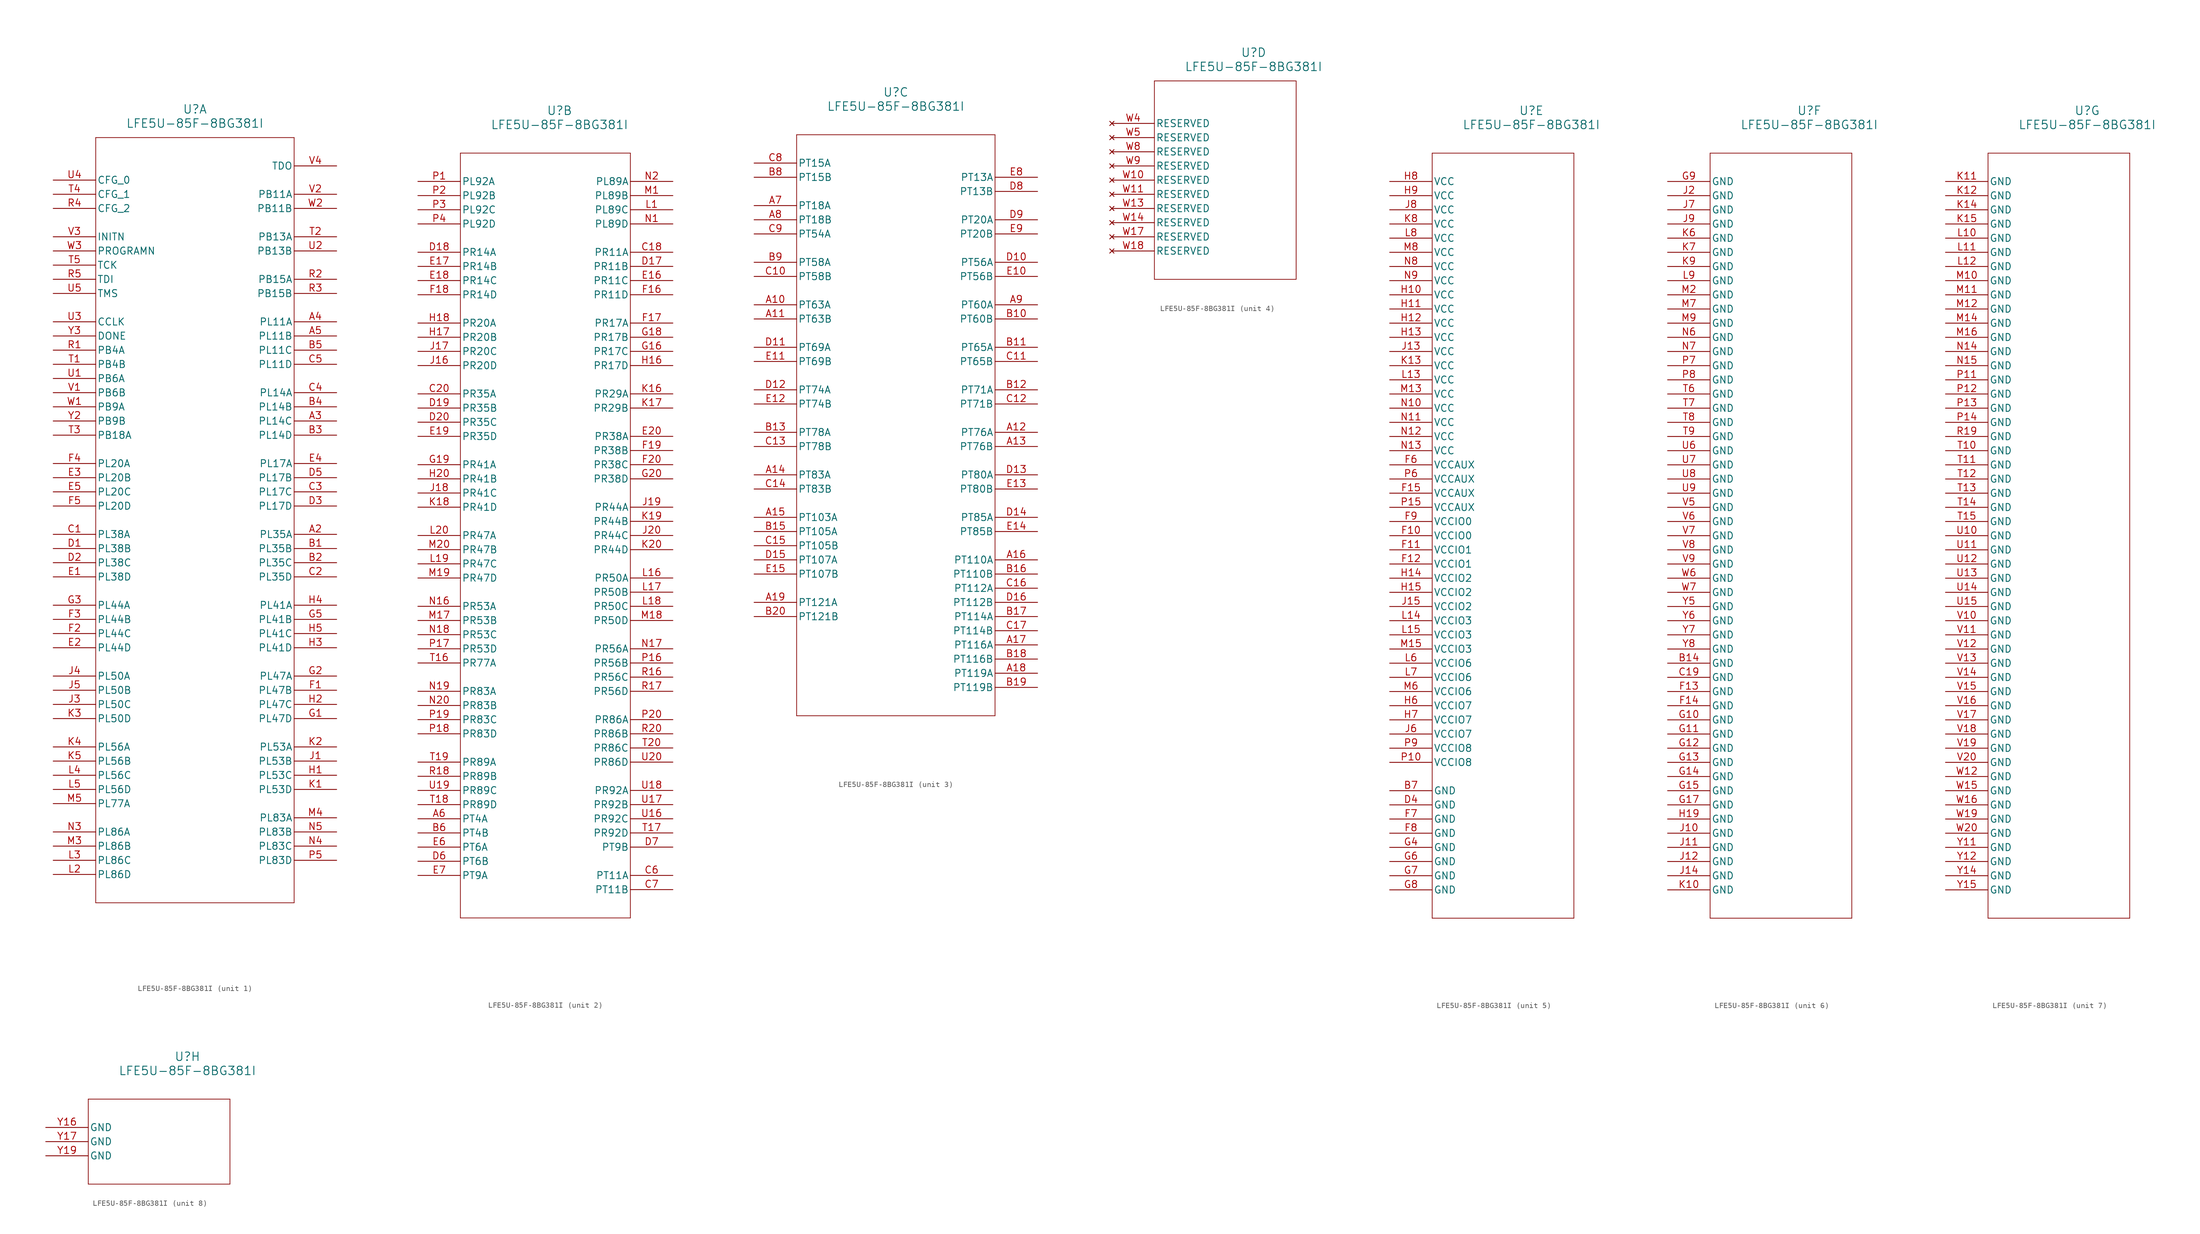
<source format=kicad_sym>
(kicad_symbol_lib
  (version 20211014)
  (generator kicad_symbol_editor)
  (symbol "LFE5U-85F-8BG381I"
    (pin_names
      (offset 0.254))
    (property "Reference" "U"
      (at 25.4 12.7 0)
      (effects (font (size 1.524 1.524))))
    (property "Value" "LFE5U-85F-8BG381I"
      (at 25.4 10.16 0)
      (effects (font (size 1.524 1.524))))
    (symbol "LFE5U-85F-8BG381I_1_1"
      (polyline (pts (xy 7.62 7.62) (xy 7.62 -129.54)) (stroke (width 0.127) (type default) (color 0 0 0 0)) (fill (type none)))
      (polyline (pts (xy 7.62 -129.54) (xy 43.18 -129.54)) (stroke (width 0.127) (type default) (color 0 0 0 0)) (fill (type none)))
      (polyline (pts (xy 43.18 -129.54) (xy 43.18 7.62)) (stroke (width 0.127) (type default) (color 0 0 0 0)) (fill (type none)))
      (polyline (pts (xy 43.18 7.62) (xy 7.62 7.62)) (stroke (width 0.127) (type default) (color 0 0 0 0)) (fill (type none)))
      (pin bidirectional line (at 50.8 -63.5 180) (length 7.62) (name "PL35A" (effects (font (size 1.27 1.27)))) (number "A2" (effects (font (size 1.27 1.27)))))
      (pin bidirectional line (at 50.8 -43.18 180) (length 7.62) (name "PL14C" (effects (font (size 1.27 1.27)))) (number "A3" (effects (font (size 1.27 1.27)))))
      (pin bidirectional line (at 50.8 -25.4 180) (length 7.62) (name "PL11A" (effects (font (size 1.27 1.27)))) (number "A4" (effects (font (size 1.27 1.27)))))
      (pin bidirectional line (at 50.8 -27.94 180) (length 7.62) (name "PL11B" (effects (font (size 1.27 1.27)))) (number "A5" (effects (font (size 1.27 1.27)))))
      (pin bidirectional line (at 50.8 -66.04 180) (length 7.62) (name "PL35B" (effects (font (size 1.27 1.27)))) (number "B1" (effects (font (size 1.27 1.27)))))
      (pin bidirectional line (at 50.8 -68.58 180) (length 7.62) (name "PL35C" (effects (font (size 1.27 1.27)))) (number "B2" (effects (font (size 1.27 1.27)))))
      (pin bidirectional line (at 50.8 -45.72 180) (length 7.62) (name "PL14D" (effects (font (size 1.27 1.27)))) (number "B3" (effects (font (size 1.27 1.27)))))
      (pin bidirectional line (at 50.8 -40.64 180) (length 7.62) (name "PL14B" (effects (font (size 1.27 1.27)))) (number "B4" (effects (font (size 1.27 1.27)))))
      (pin bidirectional line (at 50.8 -30.48 180) (length 7.62) (name "PL11C" (effects (font (size 1.27 1.27)))) (number "B5" (effects (font (size 1.27 1.27)))))
      (pin bidirectional line (at 0 -63.5 0) (length 7.62) (name "PL38A" (effects (font (size 1.27 1.27)))) (number "C1" (effects (font (size 1.27 1.27)))))
      (pin bidirectional line (at 50.8 -71.12 180) (length 7.62) (name "PL35D" (effects (font (size 1.27 1.27)))) (number "C2" (effects (font (size 1.27 1.27)))))
      (pin bidirectional line (at 50.8 -55.88 180) (length 7.62) (name "PL17C" (effects (font (size 1.27 1.27)))) (number "C3" (effects (font (size 1.27 1.27)))))
      (pin bidirectional line (at 50.8 -38.1 180) (length 7.62) (name "PL14A" (effects (font (size 1.27 1.27)))) (number "C4" (effects (font (size 1.27 1.27)))))
      (pin bidirectional line (at 50.8 -33.02 180) (length 7.62) (name "PL11D" (effects (font (size 1.27 1.27)))) (number "C5" (effects (font (size 1.27 1.27)))))
      (pin bidirectional line (at 0 -66.04 0) (length 7.62) (name "PL38B" (effects (font (size 1.27 1.27)))) (number "D1" (effects (font (size 1.27 1.27)))))
      (pin bidirectional line (at 0 -68.58 0) (length 7.62) (name "PL38C" (effects (font (size 1.27 1.27)))) (number "D2" (effects (font (size 1.27 1.27)))))
      (pin bidirectional line (at 50.8 -58.42 180) (length 7.62) (name "PL17D" (effects (font (size 1.27 1.27)))) (number "D3" (effects (font (size 1.27 1.27)))))
      (pin bidirectional line (at 50.8 -53.34 180) (length 7.62) (name "PL17B" (effects (font (size 1.27 1.27)))) (number "D5" (effects (font (size 1.27 1.27)))))
      (pin bidirectional line (at 0 -71.12 0) (length 7.62) (name "PL38D" (effects (font (size 1.27 1.27)))) (number "E1" (effects (font (size 1.27 1.27)))))
      (pin bidirectional line (at 0 -83.82 0) (length 7.62) (name "PL44D" (effects (font (size 1.27 1.27)))) (number "E2" (effects (font (size 1.27 1.27)))))
      (pin bidirectional line (at 0 -53.34 0) (length 7.62) (name "PL20B" (effects (font (size 1.27 1.27)))) (number "E3" (effects (font (size 1.27 1.27)))))
      (pin bidirectional line (at 50.8 -50.8 180) (length 7.62) (name "PL17A" (effects (font (size 1.27 1.27)))) (number "E4" (effects (font (size 1.27 1.27)))))
      (pin bidirectional line (at 0 -55.88 0) (length 7.62) (name "PL20C" (effects (font (size 1.27 1.27)))) (number "E5" (effects (font (size 1.27 1.27)))))
      (pin bidirectional line (at 50.8 -91.44 180) (length 7.62) (name "PL47B" (effects (font (size 1.27 1.27)))) (number "F1" (effects (font (size 1.27 1.27)))))
      (pin bidirectional line (at 0 -81.28 0) (length 7.62) (name "PL44C" (effects (font (size 1.27 1.27)))) (number "F2" (effects (font (size 1.27 1.27)))))
      (pin bidirectional line (at 0 -78.74 0) (length 7.62) (name "PL44B" (effects (font (size 1.27 1.27)))) (number "F3" (effects (font (size 1.27 1.27)))))
      (pin bidirectional line (at 0 -50.8 0) (length 7.62) (name "PL20A" (effects (font (size 1.27 1.27)))) (number "F4" (effects (font (size 1.27 1.27)))))
      (pin bidirectional line (at 0 -58.42 0) (length 7.62) (name "PL20D" (effects (font (size 1.27 1.27)))) (number "F5" (effects (font (size 1.27 1.27)))))
      (pin bidirectional line (at 50.8 -96.52 180) (length 7.62) (name "PL47D" (effects (font (size 1.27 1.27)))) (number "G1" (effects (font (size 1.27 1.27)))))
      (pin bidirectional line (at 50.8 -88.9 180) (length 7.62) (name "PL47A" (effects (font (size 1.27 1.27)))) (number "G2" (effects (font (size 1.27 1.27)))))
      (pin bidirectional line (at 0 -76.2 0) (length 7.62) (name "PL44A" (effects (font (size 1.27 1.27)))) (number "G3" (effects (font (size 1.27 1.27)))))
      (pin bidirectional line (at 50.8 -78.74 180) (length 7.62) (name "PL41B" (effects (font (size 1.27 1.27)))) (number "G5" (effects (font (size 1.27 1.27)))))
      (pin bidirectional line (at 50.8 -106.68 180) (length 7.62) (name "PL53C" (effects (font (size 1.27 1.27)))) (number "H1" (effects (font (size 1.27 1.27)))))
      (pin bidirectional line (at 50.8 -93.98 180) (length 7.62) (name "PL47C" (effects (font (size 1.27 1.27)))) (number "H2" (effects (font (size 1.27 1.27)))))
      (pin bidirectional line (at 50.8 -83.82 180) (length 7.62) (name "PL41D" (effects (font (size 1.27 1.27)))) (number "H3" (effects (font (size 1.27 1.27)))))
      (pin bidirectional line (at 50.8 -76.2 180) (length 7.62) (name "PL41A" (effects (font (size 1.27 1.27)))) (number "H4" (effects (font (size 1.27 1.27)))))
      (pin bidirectional line (at 50.8 -81.28 180) (length 7.62) (name "PL41C" (effects (font (size 1.27 1.27)))) (number "H5" (effects (font (size 1.27 1.27)))))
      (pin bidirectional line (at 50.8 -104.14 180) (length 7.62) (name "PL53B" (effects (font (size 1.27 1.27)))) (number "J1" (effects (font (size 1.27 1.27)))))
      (pin bidirectional line (at 0 -93.98 0) (length 7.62) (name "PL50C" (effects (font (size 1.27 1.27)))) (number "J3" (effects (font (size 1.27 1.27)))))
      (pin bidirectional line (at 0 -88.9 0) (length 7.62) (name "PL50A" (effects (font (size 1.27 1.27)))) (number "J4" (effects (font (size 1.27 1.27)))))
      (pin bidirectional line (at 0 -91.44 0) (length 7.62) (name "PL50B" (effects (font (size 1.27 1.27)))) (number "J5" (effects (font (size 1.27 1.27)))))
      (pin bidirectional line (at 50.8 -109.22 180) (length 7.62) (name "PL53D" (effects (font (size 1.27 1.27)))) (number "K1" (effects (font (size 1.27 1.27)))))
      (pin bidirectional line (at 50.8 -101.6 180) (length 7.62) (name "PL53A" (effects (font (size 1.27 1.27)))) (number "K2" (effects (font (size 1.27 1.27)))))
      (pin bidirectional line (at 0 -96.52 0) (length 7.62) (name "PL50D" (effects (font (size 1.27 1.27)))) (number "K3" (effects (font (size 1.27 1.27)))))
      (pin bidirectional line (at 0 -101.6 0) (length 7.62) (name "PL56A" (effects (font (size 1.27 1.27)))) (number "K4" (effects (font (size 1.27 1.27)))))
      (pin bidirectional line (at 0 -104.14 0) (length 7.62) (name "PL56B" (effects (font (size 1.27 1.27)))) (number "K5" (effects (font (size 1.27 1.27)))))
      (pin bidirectional line (at 0 -124.46 0) (length 7.62) (name "PL86D" (effects (font (size 1.27 1.27)))) (number "L2" (effects (font (size 1.27 1.27)))))
      (pin bidirectional line (at 0 -121.92 0) (length 7.62) (name "PL86C" (effects (font (size 1.27 1.27)))) (number "L3" (effects (font (size 1.27 1.27)))))
      (pin bidirectional line (at 0 -106.68 0) (length 7.62) (name "PL56C" (effects (font (size 1.27 1.27)))) (number "L4" (effects (font (size 1.27 1.27)))))
      (pin bidirectional line (at 0 -109.22 0) (length 7.62) (name "PL56D" (effects (font (size 1.27 1.27)))) (number "L5" (effects (font (size 1.27 1.27)))))
      (pin bidirectional line (at 0 -119.38 0) (length 7.62) (name "PL86B" (effects (font (size 1.27 1.27)))) (number "M3" (effects (font (size 1.27 1.27)))))
      (pin bidirectional line (at 50.8 -114.3 180) (length 7.62) (name "PL83A" (effects (font (size 1.27 1.27)))) (number "M4" (effects (font (size 1.27 1.27)))))
      (pin bidirectional line (at 0 -111.76 0) (length 7.62) (name "PL77A" (effects (font (size 1.27 1.27)))) (number "M5" (effects (font (size 1.27 1.27)))))
      (pin bidirectional line (at 0 -116.84 0) (length 7.62) (name "PL86A" (effects (font (size 1.27 1.27)))) (number "N3" (effects (font (size 1.27 1.27)))))
      (pin bidirectional line (at 50.8 -119.38 180) (length 7.62) (name "PL83C" (effects (font (size 1.27 1.27)))) (number "N4" (effects (font (size 1.27 1.27)))))
      (pin bidirectional line (at 50.8 -116.84 180) (length 7.62) (name "PL83B" (effects (font (size 1.27 1.27)))) (number "N5" (effects (font (size 1.27 1.27)))))
      (pin bidirectional line (at 50.8 -121.92 180) (length 7.62) (name "PL83D" (effects (font (size 1.27 1.27)))) (number "P5" (effects (font (size 1.27 1.27)))))
      (pin bidirectional line (at 0 -30.48 0) (length 7.62) (name "PB4A" (effects (font (size 1.27 1.27)))) (number "R1" (effects (font (size 1.27 1.27)))))
      (pin bidirectional line (at 50.8 -17.78 180) (length 7.62) (name "PB15A" (effects (font (size 1.27 1.27)))) (number "R2" (effects (font (size 1.27 1.27)))))
      (pin bidirectional line (at 50.8 -20.32 180) (length 7.62) (name "PB15B" (effects (font (size 1.27 1.27)))) (number "R3" (effects (font (size 1.27 1.27)))))
      (pin input line (at 0 -5.08 0) (length 7.62) (name "CFG_2" (effects (font (size 1.27 1.27)))) (number "R4" (effects (font (size 1.27 1.27)))))
      (pin input line (at 0 -17.78 0) (length 7.62) (name "TDI" (effects (font (size 1.27 1.27)))) (number "R5" (effects (font (size 1.27 1.27)))))
      (pin bidirectional line (at 0 -33.02 0) (length 7.62) (name "PB4B" (effects (font (size 1.27 1.27)))) (number "T1" (effects (font (size 1.27 1.27)))))
      (pin bidirectional line (at 50.8 -10.16 180) (length 7.62) (name "PB13A" (effects (font (size 1.27 1.27)))) (number "T2" (effects (font (size 1.27 1.27)))))
      (pin bidirectional line (at 0 -45.72 0) (length 7.62) (name "PB18A" (effects (font (size 1.27 1.27)))) (number "T3" (effects (font (size 1.27 1.27)))))
      (pin input line (at 0 -2.54 0) (length 7.62) (name "CFG_1" (effects (font (size 1.27 1.27)))) (number "T4" (effects (font (size 1.27 1.27)))))
      (pin input line (at 0 -15.24 0) (length 7.62) (name "TCK" (effects (font (size 1.27 1.27)))) (number "T5" (effects (font (size 1.27 1.27)))))
      (pin bidirectional line (at 0 -35.56 0) (length 7.62) (name "PB6A" (effects (font (size 1.27 1.27)))) (number "U1" (effects (font (size 1.27 1.27)))))
      (pin bidirectional line (at 50.8 -12.7 180) (length 7.62) (name "PB13B" (effects (font (size 1.27 1.27)))) (number "U2" (effects (font (size 1.27 1.27)))))
      (pin bidirectional line (at 0 -25.4 0) (length 7.62) (name "CCLK" (effects (font (size 1.27 1.27)))) (number "U3" (effects (font (size 1.27 1.27)))))
      (pin input line (at 0 0 0) (length 7.62) (name "CFG_0" (effects (font (size 1.27 1.27)))) (number "U4" (effects (font (size 1.27 1.27)))))
      (pin input line (at 0 -20.32 0) (length 7.62) (name "TMS" (effects (font (size 1.27 1.27)))) (number "U5" (effects (font (size 1.27 1.27)))))
      (pin bidirectional line (at 0 -38.1 0) (length 7.62) (name "PB6B" (effects (font (size 1.27 1.27)))) (number "V1" (effects (font (size 1.27 1.27)))))
      (pin bidirectional line (at 50.8 -2.54 180) (length 7.62) (name "PB11A" (effects (font (size 1.27 1.27)))) (number "V2" (effects (font (size 1.27 1.27)))))
      (pin bidirectional line (at 0 -10.16 0) (length 7.62) (name "INITN" (effects (font (size 1.27 1.27)))) (number "V3" (effects (font (size 1.27 1.27)))))
      (pin output line (at 50.8 2.54 180) (length 7.62) (name "TDO" (effects (font (size 1.27 1.27)))) (number "V4" (effects (font (size 1.27 1.27)))))
      (pin bidirectional line (at 0 -40.64 0) (length 7.62) (name "PB9A" (effects (font (size 1.27 1.27)))) (number "W1" (effects (font (size 1.27 1.27)))))
      (pin bidirectional line (at 50.8 -5.08 180) (length 7.62) (name "PB11B" (effects (font (size 1.27 1.27)))) (number "W2" (effects (font (size 1.27 1.27)))))
      (pin input line (at 0 -12.7 0) (length 7.62) (name "PROGRAMN" (effects (font (size 1.27 1.27)))) (number "W3" (effects (font (size 1.27 1.27)))))
      (pin bidirectional line (at 0 -43.18 0) (length 7.62) (name "PB9B" (effects (font (size 1.27 1.27)))) (number "Y2" (effects (font (size 1.27 1.27)))))
      (pin bidirectional line (at 0 -27.94 0) (length 7.62) (name "DONE" (effects (font (size 1.27 1.27)))) (number "Y3" (effects (font (size 1.27 1.27))))))
    (symbol "LFE5U-85F-8BG381I_2_1"
      (polyline (pts (xy 7.62 5.08) (xy 7.62 -132.08)) (stroke (width 0.127) (type default) (color 0 0 0 0)) (fill (type none)))
      (polyline (pts (xy 7.62 -132.08) (xy 38.1 -132.08)) (stroke (width 0.127) (type default) (color 0 0 0 0)) (fill (type none)))
      (polyline (pts (xy 38.1 -132.08) (xy 38.1 5.08)) (stroke (width 0.127) (type default) (color 0 0 0 0)) (fill (type none)))
      (polyline (pts (xy 38.1 5.08) (xy 7.62 5.08)) (stroke (width 0.127) (type default) (color 0 0 0 0)) (fill (type none)))
      (pin bidirectional line (at 0 -114.3 0) (length 7.62) (name "PT4A" (effects (font (size 1.27 1.27)))) (number "A6" (effects (font (size 1.27 1.27)))))
      (pin bidirectional line (at 0 -116.84 0) (length 7.62) (name "PT4B" (effects (font (size 1.27 1.27)))) (number "B6" (effects (font (size 1.27 1.27)))))
      (pin bidirectional line (at 45.72 -124.46 180) (length 7.62) (name "PT11A" (effects (font (size 1.27 1.27)))) (number "C6" (effects (font (size 1.27 1.27)))))
      (pin bidirectional line (at 45.72 -127 180) (length 7.62) (name "PT11B" (effects (font (size 1.27 1.27)))) (number "C7" (effects (font (size 1.27 1.27)))))
      (pin bidirectional line (at 0 -121.92 0) (length 7.62) (name "PT6B" (effects (font (size 1.27 1.27)))) (number "D6" (effects (font (size 1.27 1.27)))))
      (pin bidirectional line (at 45.72 -119.38 180) (length 7.62) (name "PT9B" (effects (font (size 1.27 1.27)))) (number "D7" (effects (font (size 1.27 1.27)))))
      (pin bidirectional line (at 0 -119.38 0) (length 7.62) (name "PT6A" (effects (font (size 1.27 1.27)))) (number "E6" (effects (font (size 1.27 1.27)))))
      (pin bidirectional line (at 0 -124.46 0) (length 7.62) (name "PT9A" (effects (font (size 1.27 1.27)))) (number "E7" (effects (font (size 1.27 1.27)))))
      (pin bidirectional line (at 45.72 -5.08 180) (length 7.62) (name "PL89C" (effects (font (size 1.27 1.27)))) (number "L1" (effects (font (size 1.27 1.27)))))
      (pin bidirectional line (at 45.72 -2.54 180) (length 7.62) (name "PL89B" (effects (font (size 1.27 1.27)))) (number "M1" (effects (font (size 1.27 1.27)))))
      (pin bidirectional line (at 45.72 -7.62 180) (length 7.62) (name "PL89D" (effects (font (size 1.27 1.27)))) (number "N1" (effects (font (size 1.27 1.27)))))
      (pin bidirectional line (at 45.72 0 180) (length 7.62) (name "PL89A" (effects (font (size 1.27 1.27)))) (number "N2" (effects (font (size 1.27 1.27)))))
      (pin bidirectional line (at 0 0 0) (length 7.62) (name "PL92A" (effects (font (size 1.27 1.27)))) (number "P1" (effects (font (size 1.27 1.27)))))
      (pin bidirectional line (at 0 -2.54 0) (length 7.62) (name "PL92B" (effects (font (size 1.27 1.27)))) (number "P2" (effects (font (size 1.27 1.27)))))
      (pin bidirectional line (at 0 -5.08 0) (length 7.62) (name "PL92C" (effects (font (size 1.27 1.27)))) (number "P3" (effects (font (size 1.27 1.27)))))
      (pin bidirectional line (at 0 -7.62 0) (length 7.62) (name "PL92D" (effects (font (size 1.27 1.27)))) (number "P4" (effects (font (size 1.27 1.27)))))
      (pin bidirectional line (at 45.72 -12.7 180) (length 7.62) (name "PR11A" (effects (font (size 1.27 1.27)))) (number "C18" (effects (font (size 1.27 1.27)))))
      (pin bidirectional line (at 0 -38.1 0) (length 7.62) (name "PR35A" (effects (font (size 1.27 1.27)))) (number "C20" (effects (font (size 1.27 1.27)))))
      (pin bidirectional line (at 45.72 -15.24 180) (length 7.62) (name "PR11B" (effects (font (size 1.27 1.27)))) (number "D17" (effects (font (size 1.27 1.27)))))
      (pin bidirectional line (at 0 -12.7 0) (length 7.62) (name "PR14A" (effects (font (size 1.27 1.27)))) (number "D18" (effects (font (size 1.27 1.27)))))
      (pin bidirectional line (at 0 -40.64 0) (length 7.62) (name "PR35B" (effects (font (size 1.27 1.27)))) (number "D19" (effects (font (size 1.27 1.27)))))
      (pin bidirectional line (at 0 -43.18 0) (length 7.62) (name "PR35C" (effects (font (size 1.27 1.27)))) (number "D20" (effects (font (size 1.27 1.27)))))
      (pin bidirectional line (at 45.72 -17.78 180) (length 7.62) (name "PR11C" (effects (font (size 1.27 1.27)))) (number "E16" (effects (font (size 1.27 1.27)))))
      (pin bidirectional line (at 0 -15.24 0) (length 7.62) (name "PR14B" (effects (font (size 1.27 1.27)))) (number "E17" (effects (font (size 1.27 1.27)))))
      (pin bidirectional line (at 0 -17.78 0) (length 7.62) (name "PR14C" (effects (font (size 1.27 1.27)))) (number "E18" (effects (font (size 1.27 1.27)))))
      (pin bidirectional line (at 0 -45.72 0) (length 7.62) (name "PR35D" (effects (font (size 1.27 1.27)))) (number "E19" (effects (font (size 1.27 1.27)))))
      (pin bidirectional line (at 45.72 -45.72 180) (length 7.62) (name "PR38A" (effects (font (size 1.27 1.27)))) (number "E20" (effects (font (size 1.27 1.27)))))
      (pin bidirectional line (at 45.72 -20.32 180) (length 7.62) (name "PR11D" (effects (font (size 1.27 1.27)))) (number "F16" (effects (font (size 1.27 1.27)))))
      (pin bidirectional line (at 45.72 -25.4 180) (length 7.62) (name "PR17A" (effects (font (size 1.27 1.27)))) (number "F17" (effects (font (size 1.27 1.27)))))
      (pin bidirectional line (at 0 -20.32 0) (length 7.62) (name "PR14D" (effects (font (size 1.27 1.27)))) (number "F18" (effects (font (size 1.27 1.27)))))
      (pin bidirectional line (at 45.72 -48.26 180) (length 7.62) (name "PR38B" (effects (font (size 1.27 1.27)))) (number "F19" (effects (font (size 1.27 1.27)))))
      (pin bidirectional line (at 45.72 -50.8 180) (length 7.62) (name "PR38C" (effects (font (size 1.27 1.27)))) (number "F20" (effects (font (size 1.27 1.27)))))
      (pin bidirectional line (at 45.72 -30.48 180) (length 7.62) (name "PR17C" (effects (font (size 1.27 1.27)))) (number "G16" (effects (font (size 1.27 1.27)))))
      (pin bidirectional line (at 45.72 -27.94 180) (length 7.62) (name "PR17B" (effects (font (size 1.27 1.27)))) (number "G18" (effects (font (size 1.27 1.27)))))
      (pin bidirectional line (at 0 -50.8 0) (length 7.62) (name "PR41A" (effects (font (size 1.27 1.27)))) (number "G19" (effects (font (size 1.27 1.27)))))
      (pin bidirectional line (at 45.72 -53.34 180) (length 7.62) (name "PR38D" (effects (font (size 1.27 1.27)))) (number "G20" (effects (font (size 1.27 1.27)))))
      (pin bidirectional line (at 45.72 -33.02 180) (length 7.62) (name "PR17D" (effects (font (size 1.27 1.27)))) (number "H16" (effects (font (size 1.27 1.27)))))
      (pin bidirectional line (at 0 -27.94 0) (length 7.62) (name "PR20B" (effects (font (size 1.27 1.27)))) (number "H17" (effects (font (size 1.27 1.27)))))
      (pin bidirectional line (at 0 -25.4 0) (length 7.62) (name "PR20A" (effects (font (size 1.27 1.27)))) (number "H18" (effects (font (size 1.27 1.27)))))
      (pin bidirectional line (at 0 -53.34 0) (length 7.62) (name "PR41B" (effects (font (size 1.27 1.27)))) (number "H20" (effects (font (size 1.27 1.27)))))
      (pin bidirectional line (at 0 -33.02 0) (length 7.62) (name "PR20D" (effects (font (size 1.27 1.27)))) (number "J16" (effects (font (size 1.27 1.27)))))
      (pin bidirectional line (at 0 -30.48 0) (length 7.62) (name "PR20C" (effects (font (size 1.27 1.27)))) (number "J17" (effects (font (size 1.27 1.27)))))
      (pin bidirectional line (at 0 -55.88 0) (length 7.62) (name "PR41C" (effects (font (size 1.27 1.27)))) (number "J18" (effects (font (size 1.27 1.27)))))
      (pin bidirectional line (at 45.72 -58.42 180) (length 7.62) (name "PR44A" (effects (font (size 1.27 1.27)))) (number "J19" (effects (font (size 1.27 1.27)))))
      (pin bidirectional line (at 45.72 -63.5 180) (length 7.62) (name "PR44C" (effects (font (size 1.27 1.27)))) (number "J20" (effects (font (size 1.27 1.27)))))
      (pin bidirectional line (at 45.72 -38.1 180) (length 7.62) (name "PR29A" (effects (font (size 1.27 1.27)))) (number "K16" (effects (font (size 1.27 1.27)))))
      (pin bidirectional line (at 45.72 -40.64 180) (length 7.62) (name "PR29B" (effects (font (size 1.27 1.27)))) (number "K17" (effects (font (size 1.27 1.27)))))
      (pin bidirectional line (at 0 -58.42 0) (length 7.62) (name "PR41D" (effects (font (size 1.27 1.27)))) (number "K18" (effects (font (size 1.27 1.27)))))
      (pin bidirectional line (at 45.72 -60.96 180) (length 7.62) (name "PR44B" (effects (font (size 1.27 1.27)))) (number "K19" (effects (font (size 1.27 1.27)))))
      (pin bidirectional line (at 45.72 -66.04 180) (length 7.62) (name "PR44D" (effects (font (size 1.27 1.27)))) (number "K20" (effects (font (size 1.27 1.27)))))
      (pin bidirectional line (at 45.72 -71.12 180) (length 7.62) (name "PR50A" (effects (font (size 1.27 1.27)))) (number "L16" (effects (font (size 1.27 1.27)))))
      (pin bidirectional line (at 45.72 -73.66 180) (length 7.62) (name "PR50B" (effects (font (size 1.27 1.27)))) (number "L17" (effects (font (size 1.27 1.27)))))
      (pin bidirectional line (at 45.72 -76.2 180) (length 7.62) (name "PR50C" (effects (font (size 1.27 1.27)))) (number "L18" (effects (font (size 1.27 1.27)))))
      (pin bidirectional line (at 0 -68.58 0) (length 7.62) (name "PR47C" (effects (font (size 1.27 1.27)))) (number "L19" (effects (font (size 1.27 1.27)))))
      (pin bidirectional line (at 0 -63.5 0) (length 7.62) (name "PR47A" (effects (font (size 1.27 1.27)))) (number "L20" (effects (font (size 1.27 1.27)))))
      (pin bidirectional line (at 0 -78.74 0) (length 7.62) (name "PR53B" (effects (font (size 1.27 1.27)))) (number "M17" (effects (font (size 1.27 1.27)))))
      (pin bidirectional line (at 45.72 -78.74 180) (length 7.62) (name "PR50D" (effects (font (size 1.27 1.27)))) (number "M18" (effects (font (size 1.27 1.27)))))
      (pin bidirectional line (at 0 -71.12 0) (length 7.62) (name "PR47D" (effects (font (size 1.27 1.27)))) (number "M19" (effects (font (size 1.27 1.27)))))
      (pin bidirectional line (at 0 -66.04 0) (length 7.62) (name "PR47B" (effects (font (size 1.27 1.27)))) (number "M20" (effects (font (size 1.27 1.27)))))
      (pin bidirectional line (at 0 -76.2 0) (length 7.62) (name "PR53A" (effects (font (size 1.27 1.27)))) (number "N16" (effects (font (size 1.27 1.27)))))
      (pin bidirectional line (at 45.72 -83.82 180) (length 7.62) (name "PR56A" (effects (font (size 1.27 1.27)))) (number "N17" (effects (font (size 1.27 1.27)))))
      (pin bidirectional line (at 0 -81.28 0) (length 7.62) (name "PR53C" (effects (font (size 1.27 1.27)))) (number "N18" (effects (font (size 1.27 1.27)))))
      (pin bidirectional line (at 0 -91.44 0) (length 7.62) (name "PR83A" (effects (font (size 1.27 1.27)))) (number "N19" (effects (font (size 1.27 1.27)))))
      (pin bidirectional line (at 0 -93.98 0) (length 7.62) (name "PR83B" (effects (font (size 1.27 1.27)))) (number "N20" (effects (font (size 1.27 1.27)))))
      (pin bidirectional line (at 45.72 -86.36 180) (length 7.62) (name "PR56B" (effects (font (size 1.27 1.27)))) (number "P16" (effects (font (size 1.27 1.27)))))
      (pin bidirectional line (at 0 -83.82 0) (length 7.62) (name "PR53D" (effects (font (size 1.27 1.27)))) (number "P17" (effects (font (size 1.27 1.27)))))
      (pin bidirectional line (at 0 -99.06 0) (length 7.62) (name "PR83D" (effects (font (size 1.27 1.27)))) (number "P18" (effects (font (size 1.27 1.27)))))
      (pin bidirectional line (at 0 -96.52 0) (length 7.62) (name "PR83C" (effects (font (size 1.27 1.27)))) (number "P19" (effects (font (size 1.27 1.27)))))
      (pin bidirectional line (at 45.72 -96.52 180) (length 7.62) (name "PR86A" (effects (font (size 1.27 1.27)))) (number "P20" (effects (font (size 1.27 1.27)))))
      (pin bidirectional line (at 45.72 -88.9 180) (length 7.62) (name "PR56C" (effects (font (size 1.27 1.27)))) (number "R16" (effects (font (size 1.27 1.27)))))
      (pin bidirectional line (at 45.72 -91.44 180) (length 7.62) (name "PR56D" (effects (font (size 1.27 1.27)))) (number "R17" (effects (font (size 1.27 1.27)))))
      (pin bidirectional line (at 0 -106.68 0) (length 7.62) (name "PR89B" (effects (font (size 1.27 1.27)))) (number "R18" (effects (font (size 1.27 1.27)))))
      (pin bidirectional line (at 45.72 -99.06 180) (length 7.62) (name "PR86B" (effects (font (size 1.27 1.27)))) (number "R20" (effects (font (size 1.27 1.27)))))
      (pin bidirectional line (at 0 -86.36 0) (length 7.62) (name "PR77A" (effects (font (size 1.27 1.27)))) (number "T16" (effects (font (size 1.27 1.27)))))
      (pin bidirectional line (at 45.72 -116.84 180) (length 7.62) (name "PR92D" (effects (font (size 1.27 1.27)))) (number "T17" (effects (font (size 1.27 1.27)))))
      (pin bidirectional line (at 0 -111.76 0) (length 7.62) (name "PR89D" (effects (font (size 1.27 1.27)))) (number "T18" (effects (font (size 1.27 1.27)))))
      (pin bidirectional line (at 0 -104.14 0) (length 7.62) (name "PR89A" (effects (font (size 1.27 1.27)))) (number "T19" (effects (font (size 1.27 1.27)))))
      (pin bidirectional line (at 45.72 -101.6 180) (length 7.62) (name "PR86C" (effects (font (size 1.27 1.27)))) (number "T20" (effects (font (size 1.27 1.27)))))
      (pin bidirectional line (at 45.72 -114.3 180) (length 7.62) (name "PR92C" (effects (font (size 1.27 1.27)))) (number "U16" (effects (font (size 1.27 1.27)))))
      (pin bidirectional line (at 45.72 -111.76 180) (length 7.62) (name "PR92B" (effects (font (size 1.27 1.27)))) (number "U17" (effects (font (size 1.27 1.27)))))
      (pin bidirectional line (at 45.72 -109.22 180) (length 7.62) (name "PR92A" (effects (font (size 1.27 1.27)))) (number "U18" (effects (font (size 1.27 1.27)))))
      (pin bidirectional line (at 0 -109.22 0) (length 7.62) (name "PR89C" (effects (font (size 1.27 1.27)))) (number "U19" (effects (font (size 1.27 1.27)))))
      (pin bidirectional line (at 45.72 -104.14 180) (length 7.62) (name "PR86D" (effects (font (size 1.27 1.27)))) (number "U20" (effects (font (size 1.27 1.27))))))
    (symbol "LFE5U-85F-8BG381I_3_1"
      (polyline (pts (xy 7.62 5.08) (xy 7.62 -99.06)) (stroke (width 0.127) (type default) (color 0 0 0 0)) (fill (type none)))
      (polyline (pts (xy 7.62 -99.06) (xy 43.18 -99.06)) (stroke (width 0.127) (type default) (color 0 0 0 0)) (fill (type none)))
      (polyline (pts (xy 43.18 -99.06) (xy 43.18 5.08)) (stroke (width 0.127) (type default) (color 0 0 0 0)) (fill (type none)))
      (polyline (pts (xy 43.18 5.08) (xy 7.62 5.08)) (stroke (width 0.127) (type default) (color 0 0 0 0)) (fill (type none)))
      (pin bidirectional line (at 0 -7.62 0) (length 7.62) (name "PT18A" (effects (font (size 1.27 1.27)))) (number "A7" (effects (font (size 1.27 1.27)))))
      (pin bidirectional line (at 0 -10.16 0) (length 7.62) (name "PT18B" (effects (font (size 1.27 1.27)))) (number "A8" (effects (font (size 1.27 1.27)))))
      (pin bidirectional line (at 50.8 -25.4 180) (length 7.62) (name "PT60A" (effects (font (size 1.27 1.27)))) (number "A9" (effects (font (size 1.27 1.27)))))
      (pin bidirectional line (at 0 -2.54 0) (length 7.62) (name "PT15B" (effects (font (size 1.27 1.27)))) (number "B8" (effects (font (size 1.27 1.27)))))
      (pin bidirectional line (at 0 -17.78 0) (length 7.62) (name "PT58A" (effects (font (size 1.27 1.27)))) (number "B9" (effects (font (size 1.27 1.27)))))
      (pin bidirectional line (at 0 0 0) (length 7.62) (name "PT15A" (effects (font (size 1.27 1.27)))) (number "C8" (effects (font (size 1.27 1.27)))))
      (pin bidirectional line (at 0 -12.7 0) (length 7.62) (name "PT54A" (effects (font (size 1.27 1.27)))) (number "C9" (effects (font (size 1.27 1.27)))))
      (pin bidirectional line (at 50.8 -5.08 180) (length 7.62) (name "PT13B" (effects (font (size 1.27 1.27)))) (number "D8" (effects (font (size 1.27 1.27)))))
      (pin bidirectional line (at 50.8 -10.16 180) (length 7.62) (name "PT20A" (effects (font (size 1.27 1.27)))) (number "D9" (effects (font (size 1.27 1.27)))))
      (pin bidirectional line (at 50.8 -2.54 180) (length 7.62) (name "PT13A" (effects (font (size 1.27 1.27)))) (number "E8" (effects (font (size 1.27 1.27)))))
      (pin bidirectional line (at 50.8 -12.7 180) (length 7.62) (name "PT20B" (effects (font (size 1.27 1.27)))) (number "E9" (effects (font (size 1.27 1.27)))))
      (pin bidirectional line (at 0 -25.4 0) (length 7.62) (name "PT63A" (effects (font (size 1.27 1.27)))) (number "A10" (effects (font (size 1.27 1.27)))))
      (pin bidirectional line (at 0 -27.94 0) (length 7.62) (name "PT63B" (effects (font (size 1.27 1.27)))) (number "A11" (effects (font (size 1.27 1.27)))))
      (pin bidirectional line (at 50.8 -48.26 180) (length 7.62) (name "PT76A" (effects (font (size 1.27 1.27)))) (number "A12" (effects (font (size 1.27 1.27)))))
      (pin bidirectional line (at 50.8 -50.8 180) (length 7.62) (name "PT76B" (effects (font (size 1.27 1.27)))) (number "A13" (effects (font (size 1.27 1.27)))))
      (pin bidirectional line (at 0 -55.88 0) (length 7.62) (name "PT83A" (effects (font (size 1.27 1.27)))) (number "A14" (effects (font (size 1.27 1.27)))))
      (pin bidirectional line (at 0 -63.5 0) (length 7.62) (name "PT103A" (effects (font (size 1.27 1.27)))) (number "A15" (effects (font (size 1.27 1.27)))))
      (pin bidirectional line (at 50.8 -71.12 180) (length 7.62) (name "PT110A" (effects (font (size 1.27 1.27)))) (number "A16" (effects (font (size 1.27 1.27)))))
      (pin bidirectional line (at 50.8 -86.36 180) (length 7.62) (name "PT116A" (effects (font (size 1.27 1.27)))) (number "A17" (effects (font (size 1.27 1.27)))))
      (pin bidirectional line (at 50.8 -91.44 180) (length 7.62) (name "PT119A" (effects (font (size 1.27 1.27)))) (number "A18" (effects (font (size 1.27 1.27)))))
      (pin bidirectional line (at 0 -78.74 0) (length 7.62) (name "PT121A" (effects (font (size 1.27 1.27)))) (number "A19" (effects (font (size 1.27 1.27)))))
      (pin bidirectional line (at 50.8 -27.94 180) (length 7.62) (name "PT60B" (effects (font (size 1.27 1.27)))) (number "B10" (effects (font (size 1.27 1.27)))))
      (pin bidirectional line (at 50.8 -33.02 180) (length 7.62) (name "PT65A" (effects (font (size 1.27 1.27)))) (number "B11" (effects (font (size 1.27 1.27)))))
      (pin bidirectional line (at 50.8 -40.64 180) (length 7.62) (name "PT71A" (effects (font (size 1.27 1.27)))) (number "B12" (effects (font (size 1.27 1.27)))))
      (pin bidirectional line (at 0 -48.26 0) (length 7.62) (name "PT78A" (effects (font (size 1.27 1.27)))) (number "B13" (effects (font (size 1.27 1.27)))))
      (pin bidirectional line (at 0 -66.04 0) (length 7.62) (name "PT105A" (effects (font (size 1.27 1.27)))) (number "B15" (effects (font (size 1.27 1.27)))))
      (pin bidirectional line (at 50.8 -73.66 180) (length 7.62) (name "PT110B" (effects (font (size 1.27 1.27)))) (number "B16" (effects (font (size 1.27 1.27)))))
      (pin bidirectional line (at 50.8 -81.28 180) (length 7.62) (name "PT114A" (effects (font (size 1.27 1.27)))) (number "B17" (effects (font (size 1.27 1.27)))))
      (pin bidirectional line (at 50.8 -88.9 180) (length 7.62) (name "PT116B" (effects (font (size 1.27 1.27)))) (number "B18" (effects (font (size 1.27 1.27)))))
      (pin bidirectional line (at 50.8 -93.98 180) (length 7.62) (name "PT119B" (effects (font (size 1.27 1.27)))) (number "B19" (effects (font (size 1.27 1.27)))))
      (pin bidirectional line (at 0 -81.28 0) (length 7.62) (name "PT121B" (effects (font (size 1.27 1.27)))) (number "B20" (effects (font (size 1.27 1.27)))))
      (pin bidirectional line (at 0 -20.32 0) (length 7.62) (name "PT58B" (effects (font (size 1.27 1.27)))) (number "C10" (effects (font (size 1.27 1.27)))))
      (pin bidirectional line (at 50.8 -35.56 180) (length 7.62) (name "PT65B" (effects (font (size 1.27 1.27)))) (number "C11" (effects (font (size 1.27 1.27)))))
      (pin bidirectional line (at 50.8 -43.18 180) (length 7.62) (name "PT71B" (effects (font (size 1.27 1.27)))) (number "C12" (effects (font (size 1.27 1.27)))))
      (pin bidirectional line (at 0 -50.8 0) (length 7.62) (name "PT78B" (effects (font (size 1.27 1.27)))) (number "C13" (effects (font (size 1.27 1.27)))))
      (pin bidirectional line (at 0 -58.42 0) (length 7.62) (name "PT83B" (effects (font (size 1.27 1.27)))) (number "C14" (effects (font (size 1.27 1.27)))))
      (pin bidirectional line (at 0 -68.58 0) (length 7.62) (name "PT105B" (effects (font (size 1.27 1.27)))) (number "C15" (effects (font (size 1.27 1.27)))))
      (pin bidirectional line (at 50.8 -76.2 180) (length 7.62) (name "PT112A" (effects (font (size 1.27 1.27)))) (number "C16" (effects (font (size 1.27 1.27)))))
      (pin bidirectional line (at 50.8 -83.82 180) (length 7.62) (name "PT114B" (effects (font (size 1.27 1.27)))) (number "C17" (effects (font (size 1.27 1.27)))))
      (pin bidirectional line (at 50.8 -17.78 180) (length 7.62) (name "PT56A" (effects (font (size 1.27 1.27)))) (number "D10" (effects (font (size 1.27 1.27)))))
      (pin bidirectional line (at 0 -33.02 0) (length 7.62) (name "PT69A" (effects (font (size 1.27 1.27)))) (number "D11" (effects (font (size 1.27 1.27)))))
      (pin bidirectional line (at 0 -40.64 0) (length 7.62) (name "PT74A" (effects (font (size 1.27 1.27)))) (number "D12" (effects (font (size 1.27 1.27)))))
      (pin bidirectional line (at 50.8 -55.88 180) (length 7.62) (name "PT80A" (effects (font (size 1.27 1.27)))) (number "D13" (effects (font (size 1.27 1.27)))))
      (pin bidirectional line (at 50.8 -63.5 180) (length 7.62) (name "PT85A" (effects (font (size 1.27 1.27)))) (number "D14" (effects (font (size 1.27 1.27)))))
      (pin bidirectional line (at 0 -71.12 0) (length 7.62) (name "PT107A" (effects (font (size 1.27 1.27)))) (number "D15" (effects (font (size 1.27 1.27)))))
      (pin bidirectional line (at 50.8 -78.74 180) (length 7.62) (name "PT112B" (effects (font (size 1.27 1.27)))) (number "D16" (effects (font (size 1.27 1.27)))))
      (pin bidirectional line (at 50.8 -20.32 180) (length 7.62) (name "PT56B" (effects (font (size 1.27 1.27)))) (number "E10" (effects (font (size 1.27 1.27)))))
      (pin bidirectional line (at 0 -35.56 0) (length 7.62) (name "PT69B" (effects (font (size 1.27 1.27)))) (number "E11" (effects (font (size 1.27 1.27)))))
      (pin bidirectional line (at 0 -43.18 0) (length 7.62) (name "PT74B" (effects (font (size 1.27 1.27)))) (number "E12" (effects (font (size 1.27 1.27)))))
      (pin bidirectional line (at 50.8 -58.42 180) (length 7.62) (name "PT80B" (effects (font (size 1.27 1.27)))) (number "E13" (effects (font (size 1.27 1.27)))))
      (pin bidirectional line (at 50.8 -66.04 180) (length 7.62) (name "PT85B" (effects (font (size 1.27 1.27)))) (number "E14" (effects (font (size 1.27 1.27)))))
      (pin bidirectional line (at 0 -73.66 0) (length 7.62) (name "PT107B" (effects (font (size 1.27 1.27)))) (number "E15" (effects (font (size 1.27 1.27))))))
    (symbol "LFE5U-85F-8BG381I_4_1"
      (polyline (pts (xy 7.62 7.62) (xy 7.62 -27.94)) (stroke (width 0.127) (type default) (color 0 0 0 0)) (fill (type none)))
      (polyline (pts (xy 7.62 -27.94) (xy 33.02 -27.94)) (stroke (width 0.127) (type default) (color 0 0 0 0)) (fill (type none)))
      (polyline (pts (xy 33.02 -27.94) (xy 33.02 7.62)) (stroke (width 0.127) (type default) (color 0 0 0 0)) (fill (type none)))
      (polyline (pts (xy 33.02 7.62) (xy 7.62 7.62)) (stroke (width 0.127) (type default) (color 0 0 0 0)) (fill (type none)))
      (pin no_connect line (at 0 0 0) (length 7.62) (name "RESERVED" (effects (font (size 1.27 1.27)))) (number "W4" (effects (font (size 1.27 1.27)))))
      (pin no_connect line (at 0 -2.54 0) (length 7.62) (name "RESERVED" (effects (font (size 1.27 1.27)))) (number "W5" (effects (font (size 1.27 1.27)))))
      (pin no_connect line (at 0 -5.08 0) (length 7.62) (name "RESERVED" (effects (font (size 1.27 1.27)))) (number "W8" (effects (font (size 1.27 1.27)))))
      (pin no_connect line (at 0 -7.62 0) (length 7.62) (name "RESERVED" (effects (font (size 1.27 1.27)))) (number "W9" (effects (font (size 1.27 1.27)))))
      (pin no_connect line (at 0 -10.16 0) (length 7.62) (name "RESERVED" (effects (font (size 1.27 1.27)))) (number "W10" (effects (font (size 1.27 1.27)))))
      (pin no_connect line (at 0 -12.7 0) (length 7.62) (name "RESERVED" (effects (font (size 1.27 1.27)))) (number "W11" (effects (font (size 1.27 1.27)))))
      (pin no_connect line (at 0 -15.24 0) (length 7.62) (name "RESERVED" (effects (font (size 1.27 1.27)))) (number "W13" (effects (font (size 1.27 1.27)))))
      (pin no_connect line (at 0 -17.78 0) (length 7.62) (name "RESERVED" (effects (font (size 1.27 1.27)))) (number "W14" (effects (font (size 1.27 1.27)))))
      (pin no_connect line (at 0 -20.32 0) (length 7.62) (name "RESERVED" (effects (font (size 1.27 1.27)))) (number "W17" (effects (font (size 1.27 1.27)))))
      (pin no_connect line (at 0 -22.86 0) (length 7.62) (name "RESERVED" (effects (font (size 1.27 1.27)))) (number "W18" (effects (font (size 1.27 1.27))))))
    (symbol "LFE5U-85F-8BG381I_5_1"
      (polyline (pts (xy 7.62 5.08) (xy 7.62 -132.08)) (stroke (width 0.127) (type default) (color 0 0 0 0)) (fill (type none)))
      (polyline (pts (xy 7.62 -132.08) (xy 33.02 -132.08)) (stroke (width 0.127) (type default) (color 0 0 0 0)) (fill (type none)))
      (polyline (pts (xy 33.02 -132.08) (xy 33.02 5.08)) (stroke (width 0.127) (type default) (color 0 0 0 0)) (fill (type none)))
      (polyline (pts (xy 33.02 5.08) (xy 7.62 5.08)) (stroke (width 0.127) (type default) (color 0 0 0 0)) (fill (type none)))
      (pin power_out line (at 0 -109.22 0) (length 7.62) (name "GND" (effects (font (size 1.27 1.27)))) (number "B7" (effects (font (size 1.27 1.27)))))
      (pin power_out line (at 0 -111.76 0) (length 7.62) (name "GND" (effects (font (size 1.27 1.27)))) (number "D4" (effects (font (size 1.27 1.27)))))
      (pin power_in line (at 0 -50.8 0) (length 7.62) (name "VCCAUX" (effects (font (size 1.27 1.27)))) (number "F6" (effects (font (size 1.27 1.27)))))
      (pin power_out line (at 0 -114.3 0) (length 7.62) (name "GND" (effects (font (size 1.27 1.27)))) (number "F7" (effects (font (size 1.27 1.27)))))
      (pin power_out line (at 0 -116.84 0) (length 7.62) (name "GND" (effects (font (size 1.27 1.27)))) (number "F8" (effects (font (size 1.27 1.27)))))
      (pin power_in line (at 0 -60.96 0) (length 7.62) (name "VCCIO0" (effects (font (size 1.27 1.27)))) (number "F9" (effects (font (size 1.27 1.27)))))
      (pin power_out line (at 0 -119.38 0) (length 7.62) (name "GND" (effects (font (size 1.27 1.27)))) (number "G4" (effects (font (size 1.27 1.27)))))
      (pin power_out line (at 0 -121.92 0) (length 7.62) (name "GND" (effects (font (size 1.27 1.27)))) (number "G6" (effects (font (size 1.27 1.27)))))
      (pin power_out line (at 0 -124.46 0) (length 7.62) (name "GND" (effects (font (size 1.27 1.27)))) (number "G7" (effects (font (size 1.27 1.27)))))
      (pin power_out line (at 0 -127 0) (length 7.62) (name "GND" (effects (font (size 1.27 1.27)))) (number "G8" (effects (font (size 1.27 1.27)))))
      (pin power_in line (at 0 -93.98 0) (length 7.62) (name "VCCIO7" (effects (font (size 1.27 1.27)))) (number "H6" (effects (font (size 1.27 1.27)))))
      (pin power_in line (at 0 -96.52 0) (length 7.62) (name "VCCIO7" (effects (font (size 1.27 1.27)))) (number "H7" (effects (font (size 1.27 1.27)))))
      (pin power_in line (at 0 0 0) (length 7.62) (name "VCC" (effects (font (size 1.27 1.27)))) (number "H8" (effects (font (size 1.27 1.27)))))
      (pin power_in line (at 0 -2.54 0) (length 7.62) (name "VCC" (effects (font (size 1.27 1.27)))) (number "H9" (effects (font (size 1.27 1.27)))))
      (pin power_in line (at 0 -99.06 0) (length 7.62) (name "VCCIO7" (effects (font (size 1.27 1.27)))) (number "J6" (effects (font (size 1.27 1.27)))))
      (pin power_in line (at 0 -5.08 0) (length 7.62) (name "VCC" (effects (font (size 1.27 1.27)))) (number "J8" (effects (font (size 1.27 1.27)))))
      (pin power_in line (at 0 -7.62 0) (length 7.62) (name "VCC" (effects (font (size 1.27 1.27)))) (number "K8" (effects (font (size 1.27 1.27)))))
      (pin power_in line (at 0 -86.36 0) (length 7.62) (name "VCCIO6" (effects (font (size 1.27 1.27)))) (number "L6" (effects (font (size 1.27 1.27)))))
      (pin power_in line (at 0 -88.9 0) (length 7.62) (name "VCCIO6" (effects (font (size 1.27 1.27)))) (number "L7" (effects (font (size 1.27 1.27)))))
      (pin power_in line (at 0 -10.16 0) (length 7.62) (name "VCC" (effects (font (size 1.27 1.27)))) (number "L8" (effects (font (size 1.27 1.27)))))
      (pin power_in line (at 0 -91.44 0) (length 7.62) (name "VCCIO6" (effects (font (size 1.27 1.27)))) (number "M6" (effects (font (size 1.27 1.27)))))
      (pin power_in line (at 0 -12.7 0) (length 7.62) (name "VCC" (effects (font (size 1.27 1.27)))) (number "M8" (effects (font (size 1.27 1.27)))))
      (pin power_in line (at 0 -15.24 0) (length 7.62) (name "VCC" (effects (font (size 1.27 1.27)))) (number "N8" (effects (font (size 1.27 1.27)))))
      (pin power_in line (at 0 -17.78 0) (length 7.62) (name "VCC" (effects (font (size 1.27 1.27)))) (number "N9" (effects (font (size 1.27 1.27)))))
      (pin power_in line (at 0 -53.34 0) (length 7.62) (name "VCCAUX" (effects (font (size 1.27 1.27)))) (number "P6" (effects (font (size 1.27 1.27)))))
      (pin power_in line (at 0 -101.6 0) (length 7.62) (name "VCCIO8" (effects (font (size 1.27 1.27)))) (number "P9" (effects (font (size 1.27 1.27)))))
      (pin power_in line (at 0 -63.5 0) (length 7.62) (name "VCCIO0" (effects (font (size 1.27 1.27)))) (number "F10" (effects (font (size 1.27 1.27)))))
      (pin power_in line (at 0 -66.04 0) (length 7.62) (name "VCCIO1" (effects (font (size 1.27 1.27)))) (number "F11" (effects (font (size 1.27 1.27)))))
      (pin power_in line (at 0 -68.58 0) (length 7.62) (name "VCCIO1" (effects (font (size 1.27 1.27)))) (number "F12" (effects (font (size 1.27 1.27)))))
      (pin power_in line (at 0 -55.88 0) (length 7.62) (name "VCCAUX" (effects (font (size 1.27 1.27)))) (number "F15" (effects (font (size 1.27 1.27)))))
      (pin power_in line (at 0 -20.32 0) (length 7.62) (name "VCC" (effects (font (size 1.27 1.27)))) (number "H10" (effects (font (size 1.27 1.27)))))
      (pin power_in line (at 0 -22.86 0) (length 7.62) (name "VCC" (effects (font (size 1.27 1.27)))) (number "H11" (effects (font (size 1.27 1.27)))))
      (pin power_in line (at 0 -25.4 0) (length 7.62) (name "VCC" (effects (font (size 1.27 1.27)))) (number "H12" (effects (font (size 1.27 1.27)))))
      (pin power_in line (at 0 -27.94 0) (length 7.62) (name "VCC" (effects (font (size 1.27 1.27)))) (number "H13" (effects (font (size 1.27 1.27)))))
      (pin power_in line (at 0 -71.12 0) (length 7.62) (name "VCCIO2" (effects (font (size 1.27 1.27)))) (number "H14" (effects (font (size 1.27 1.27)))))
      (pin power_in line (at 0 -73.66 0) (length 7.62) (name "VCCIO2" (effects (font (size 1.27 1.27)))) (number "H15" (effects (font (size 1.27 1.27)))))
      (pin power_in line (at 0 -30.48 0) (length 7.62) (name "VCC" (effects (font (size 1.27 1.27)))) (number "J13" (effects (font (size 1.27 1.27)))))
      (pin power_in line (at 0 -76.2 0) (length 7.62) (name "VCCIO2" (effects (font (size 1.27 1.27)))) (number "J15" (effects (font (size 1.27 1.27)))))
      (pin power_in line (at 0 -33.02 0) (length 7.62) (name "VCC" (effects (font (size 1.27 1.27)))) (number "K13" (effects (font (size 1.27 1.27)))))
      (pin power_in line (at 0 -35.56 0) (length 7.62) (name "VCC" (effects (font (size 1.27 1.27)))) (number "L13" (effects (font (size 1.27 1.27)))))
      (pin power_in line (at 0 -78.74 0) (length 7.62) (name "VCCIO3" (effects (font (size 1.27 1.27)))) (number "L14" (effects (font (size 1.27 1.27)))))
      (pin power_in line (at 0 -81.28 0) (length 7.62) (name "VCCIO3" (effects (font (size 1.27 1.27)))) (number "L15" (effects (font (size 1.27 1.27)))))
      (pin power_in line (at 0 -38.1 0) (length 7.62) (name "VCC" (effects (font (size 1.27 1.27)))) (number "M13" (effects (font (size 1.27 1.27)))))
      (pin power_in line (at 0 -83.82 0) (length 7.62) (name "VCCIO3" (effects (font (size 1.27 1.27)))) (number "M15" (effects (font (size 1.27 1.27)))))
      (pin power_in line (at 0 -40.64 0) (length 7.62) (name "VCC" (effects (font (size 1.27 1.27)))) (number "N10" (effects (font (size 1.27 1.27)))))
      (pin power_in line (at 0 -43.18 0) (length 7.62) (name "VCC" (effects (font (size 1.27 1.27)))) (number "N11" (effects (font (size 1.27 1.27)))))
      (pin power_in line (at 0 -45.72 0) (length 7.62) (name "VCC" (effects (font (size 1.27 1.27)))) (number "N12" (effects (font (size 1.27 1.27)))))
      (pin power_in line (at 0 -48.26 0) (length 7.62) (name "VCC" (effects (font (size 1.27 1.27)))) (number "N13" (effects (font (size 1.27 1.27)))))
      (pin power_in line (at 0 -104.14 0) (length 7.62) (name "VCCIO8" (effects (font (size 1.27 1.27)))) (number "P10" (effects (font (size 1.27 1.27)))))
      (pin power_in line (at 0 -58.42 0) (length 7.62) (name "VCCAUX" (effects (font (size 1.27 1.27)))) (number "P15" (effects (font (size 1.27 1.27))))))
    (symbol "LFE5U-85F-8BG381I_6_1"
      (polyline (pts (xy 7.62 5.08) (xy 7.62 -132.08)) (stroke (width 0.127) (type default) (color 0 0 0 0)) (fill (type none)))
      (polyline (pts (xy 7.62 -132.08) (xy 33.02 -132.08)) (stroke (width 0.127) (type default) (color 0 0 0 0)) (fill (type none)))
      (polyline (pts (xy 33.02 -132.08) (xy 33.02 5.08)) (stroke (width 0.127) (type default) (color 0 0 0 0)) (fill (type none)))
      (polyline (pts (xy 33.02 5.08) (xy 7.62 5.08)) (stroke (width 0.127) (type default) (color 0 0 0 0)) (fill (type none)))
      (pin power_out line (at 0 0 0) (length 7.62) (name "GND" (effects (font (size 1.27 1.27)))) (number "G9" (effects (font (size 1.27 1.27)))))
      (pin power_out line (at 0 -2.54 0) (length 7.62) (name "GND" (effects (font (size 1.27 1.27)))) (number "J2" (effects (font (size 1.27 1.27)))))
      (pin power_out line (at 0 -5.08 0) (length 7.62) (name "GND" (effects (font (size 1.27 1.27)))) (number "J7" (effects (font (size 1.27 1.27)))))
      (pin power_out line (at 0 -7.62 0) (length 7.62) (name "GND" (effects (font (size 1.27 1.27)))) (number "J9" (effects (font (size 1.27 1.27)))))
      (pin power_out line (at 0 -10.16 0) (length 7.62) (name "GND" (effects (font (size 1.27 1.27)))) (number "K6" (effects (font (size 1.27 1.27)))))
      (pin power_out line (at 0 -12.7 0) (length 7.62) (name "GND" (effects (font (size 1.27 1.27)))) (number "K7" (effects (font (size 1.27 1.27)))))
      (pin power_out line (at 0 -15.24 0) (length 7.62) (name "GND" (effects (font (size 1.27 1.27)))) (number "K9" (effects (font (size 1.27 1.27)))))
      (pin power_out line (at 0 -17.78 0) (length 7.62) (name "GND" (effects (font (size 1.27 1.27)))) (number "L9" (effects (font (size 1.27 1.27)))))
      (pin power_out line (at 0 -20.32 0) (length 7.62) (name "GND" (effects (font (size 1.27 1.27)))) (number "M2" (effects (font (size 1.27 1.27)))))
      (pin power_out line (at 0 -22.86 0) (length 7.62) (name "GND" (effects (font (size 1.27 1.27)))) (number "M7" (effects (font (size 1.27 1.27)))))
      (pin power_out line (at 0 -25.4 0) (length 7.62) (name "GND" (effects (font (size 1.27 1.27)))) (number "M9" (effects (font (size 1.27 1.27)))))
      (pin power_out line (at 0 -27.94 0) (length 7.62) (name "GND" (effects (font (size 1.27 1.27)))) (number "N6" (effects (font (size 1.27 1.27)))))
      (pin power_out line (at 0 -30.48 0) (length 7.62) (name "GND" (effects (font (size 1.27 1.27)))) (number "N7" (effects (font (size 1.27 1.27)))))
      (pin power_out line (at 0 -33.02 0) (length 7.62) (name "GND" (effects (font (size 1.27 1.27)))) (number "P7" (effects (font (size 1.27 1.27)))))
      (pin power_out line (at 0 -35.56 0) (length 7.62) (name "GND" (effects (font (size 1.27 1.27)))) (number "P8" (effects (font (size 1.27 1.27)))))
      (pin power_out line (at 0 -38.1 0) (length 7.62) (name "GND" (effects (font (size 1.27 1.27)))) (number "T6" (effects (font (size 1.27 1.27)))))
      (pin power_out line (at 0 -40.64 0) (length 7.62) (name "GND" (effects (font (size 1.27 1.27)))) (number "T7" (effects (font (size 1.27 1.27)))))
      (pin power_out line (at 0 -43.18 0) (length 7.62) (name "GND" (effects (font (size 1.27 1.27)))) (number "T8" (effects (font (size 1.27 1.27)))))
      (pin power_out line (at 0 -45.72 0) (length 7.62) (name "GND" (effects (font (size 1.27 1.27)))) (number "T9" (effects (font (size 1.27 1.27)))))
      (pin power_out line (at 0 -48.26 0) (length 7.62) (name "GND" (effects (font (size 1.27 1.27)))) (number "U6" (effects (font (size 1.27 1.27)))))
      (pin power_out line (at 0 -50.8 0) (length 7.62) (name "GND" (effects (font (size 1.27 1.27)))) (number "U7" (effects (font (size 1.27 1.27)))))
      (pin power_out line (at 0 -53.34 0) (length 7.62) (name "GND" (effects (font (size 1.27 1.27)))) (number "U8" (effects (font (size 1.27 1.27)))))
      (pin power_out line (at 0 -55.88 0) (length 7.62) (name "GND" (effects (font (size 1.27 1.27)))) (number "U9" (effects (font (size 1.27 1.27)))))
      (pin power_out line (at 0 -58.42 0) (length 7.62) (name "GND" (effects (font (size 1.27 1.27)))) (number "V5" (effects (font (size 1.27 1.27)))))
      (pin power_out line (at 0 -60.96 0) (length 7.62) (name "GND" (effects (font (size 1.27 1.27)))) (number "V6" (effects (font (size 1.27 1.27)))))
      (pin power_out line (at 0 -63.5 0) (length 7.62) (name "GND" (effects (font (size 1.27 1.27)))) (number "V7" (effects (font (size 1.27 1.27)))))
      (pin power_out line (at 0 -66.04 0) (length 7.62) (name "GND" (effects (font (size 1.27 1.27)))) (number "V8" (effects (font (size 1.27 1.27)))))
      (pin power_out line (at 0 -68.58 0) (length 7.62) (name "GND" (effects (font (size 1.27 1.27)))) (number "V9" (effects (font (size 1.27 1.27)))))
      (pin power_out line (at 0 -71.12 0) (length 7.62) (name "GND" (effects (font (size 1.27 1.27)))) (number "W6" (effects (font (size 1.27 1.27)))))
      (pin power_out line (at 0 -73.66 0) (length 7.62) (name "GND" (effects (font (size 1.27 1.27)))) (number "W7" (effects (font (size 1.27 1.27)))))
      (pin power_out line (at 0 -76.2 0) (length 7.62) (name "GND" (effects (font (size 1.27 1.27)))) (number "Y5" (effects (font (size 1.27 1.27)))))
      (pin power_out line (at 0 -78.74 0) (length 7.62) (name "GND" (effects (font (size 1.27 1.27)))) (number "Y6" (effects (font (size 1.27 1.27)))))
      (pin power_out line (at 0 -81.28 0) (length 7.62) (name "GND" (effects (font (size 1.27 1.27)))) (number "Y7" (effects (font (size 1.27 1.27)))))
      (pin power_out line (at 0 -83.82 0) (length 7.62) (name "GND" (effects (font (size 1.27 1.27)))) (number "Y8" (effects (font (size 1.27 1.27)))))
      (pin power_out line (at 0 -86.36 0) (length 7.62) (name "GND" (effects (font (size 1.27 1.27)))) (number "B14" (effects (font (size 1.27 1.27)))))
      (pin power_out line (at 0 -88.9 0) (length 7.62) (name "GND" (effects (font (size 1.27 1.27)))) (number "C19" (effects (font (size 1.27 1.27)))))
      (pin power_out line (at 0 -91.44 0) (length 7.62) (name "GND" (effects (font (size 1.27 1.27)))) (number "F13" (effects (font (size 1.27 1.27)))))
      (pin power_out line (at 0 -93.98 0) (length 7.62) (name "GND" (effects (font (size 1.27 1.27)))) (number "F14" (effects (font (size 1.27 1.27)))))
      (pin power_out line (at 0 -96.52 0) (length 7.62) (name "GND" (effects (font (size 1.27 1.27)))) (number "G10" (effects (font (size 1.27 1.27)))))
      (pin power_out line (at 0 -99.06 0) (length 7.62) (name "GND" (effects (font (size 1.27 1.27)))) (number "G11" (effects (font (size 1.27 1.27)))))
      (pin power_out line (at 0 -101.6 0) (length 7.62) (name "GND" (effects (font (size 1.27 1.27)))) (number "G12" (effects (font (size 1.27 1.27)))))
      (pin power_out line (at 0 -104.14 0) (length 7.62) (name "GND" (effects (font (size 1.27 1.27)))) (number "G13" (effects (font (size 1.27 1.27)))))
      (pin power_out line (at 0 -106.68 0) (length 7.62) (name "GND" (effects (font (size 1.27 1.27)))) (number "G14" (effects (font (size 1.27 1.27)))))
      (pin power_out line (at 0 -109.22 0) (length 7.62) (name "GND" (effects (font (size 1.27 1.27)))) (number "G15" (effects (font (size 1.27 1.27)))))
      (pin power_out line (at 0 -111.76 0) (length 7.62) (name "GND" (effects (font (size 1.27 1.27)))) (number "G17" (effects (font (size 1.27 1.27)))))
      (pin power_out line (at 0 -114.3 0) (length 7.62) (name "GND" (effects (font (size 1.27 1.27)))) (number "H19" (effects (font (size 1.27 1.27)))))
      (pin power_out line (at 0 -116.84 0) (length 7.62) (name "GND" (effects (font (size 1.27 1.27)))) (number "J10" (effects (font (size 1.27 1.27)))))
      (pin power_out line (at 0 -119.38 0) (length 7.62) (name "GND" (effects (font (size 1.27 1.27)))) (number "J11" (effects (font (size 1.27 1.27)))))
      (pin power_out line (at 0 -121.92 0) (length 7.62) (name "GND" (effects (font (size 1.27 1.27)))) (number "J12" (effects (font (size 1.27 1.27)))))
      (pin power_out line (at 0 -124.46 0) (length 7.62) (name "GND" (effects (font (size 1.27 1.27)))) (number "J14" (effects (font (size 1.27 1.27)))))
      (pin power_out line (at 0 -127 0) (length 7.62) (name "GND" (effects (font (size 1.27 1.27)))) (number "K10" (effects (font (size 1.27 1.27))))))
    (symbol "LFE5U-85F-8BG381I_7_1"
      (polyline (pts (xy 7.62 5.08) (xy 7.62 -132.08)) (stroke (width 0.127) (type default) (color 0 0 0 0)) (fill (type none)))
      (polyline (pts (xy 7.62 -132.08) (xy 33.02 -132.08)) (stroke (width 0.127) (type default) (color 0 0 0 0)) (fill (type none)))
      (polyline (pts (xy 33.02 -132.08) (xy 33.02 5.08)) (stroke (width 0.127) (type default) (color 0 0 0 0)) (fill (type none)))
      (polyline (pts (xy 33.02 5.08) (xy 7.62 5.08)) (stroke (width 0.127) (type default) (color 0 0 0 0)) (fill (type none)))
      (pin power_out line (at 0 0 0) (length 7.62) (name "GND" (effects (font (size 1.27 1.27)))) (number "K11" (effects (font (size 1.27 1.27)))))
      (pin power_out line (at 0 -2.54 0) (length 7.62) (name "GND" (effects (font (size 1.27 1.27)))) (number "K12" (effects (font (size 1.27 1.27)))))
      (pin power_out line (at 0 -5.08 0) (length 7.62) (name "GND" (effects (font (size 1.27 1.27)))) (number "K14" (effects (font (size 1.27 1.27)))))
      (pin power_out line (at 0 -7.62 0) (length 7.62) (name "GND" (effects (font (size 1.27 1.27)))) (number "K15" (effects (font (size 1.27 1.27)))))
      (pin power_out line (at 0 -10.16 0) (length 7.62) (name "GND" (effects (font (size 1.27 1.27)))) (number "L10" (effects (font (size 1.27 1.27)))))
      (pin power_out line (at 0 -12.7 0) (length 7.62) (name "GND" (effects (font (size 1.27 1.27)))) (number "L11" (effects (font (size 1.27 1.27)))))
      (pin power_out line (at 0 -15.24 0) (length 7.62) (name "GND" (effects (font (size 1.27 1.27)))) (number "L12" (effects (font (size 1.27 1.27)))))
      (pin power_out line (at 0 -17.78 0) (length 7.62) (name "GND" (effects (font (size 1.27 1.27)))) (number "M10" (effects (font (size 1.27 1.27)))))
      (pin power_out line (at 0 -20.32 0) (length 7.62) (name "GND" (effects (font (size 1.27 1.27)))) (number "M11" (effects (font (size 1.27 1.27)))))
      (pin power_out line (at 0 -22.86 0) (length 7.62) (name "GND" (effects (font (size 1.27 1.27)))) (number "M12" (effects (font (size 1.27 1.27)))))
      (pin power_out line (at 0 -25.4 0) (length 7.62) (name "GND" (effects (font (size 1.27 1.27)))) (number "M14" (effects (font (size 1.27 1.27)))))
      (pin power_out line (at 0 -27.94 0) (length 7.62) (name "GND" (effects (font (size 1.27 1.27)))) (number "M16" (effects (font (size 1.27 1.27)))))
      (pin power_out line (at 0 -30.48 0) (length 7.62) (name "GND" (effects (font (size 1.27 1.27)))) (number "N14" (effects (font (size 1.27 1.27)))))
      (pin power_out line (at 0 -33.02 0) (length 7.62) (name "GND" (effects (font (size 1.27 1.27)))) (number "N15" (effects (font (size 1.27 1.27)))))
      (pin power_out line (at 0 -35.56 0) (length 7.62) (name "GND" (effects (font (size 1.27 1.27)))) (number "P11" (effects (font (size 1.27 1.27)))))
      (pin power_out line (at 0 -38.1 0) (length 7.62) (name "GND" (effects (font (size 1.27 1.27)))) (number "P12" (effects (font (size 1.27 1.27)))))
      (pin power_out line (at 0 -40.64 0) (length 7.62) (name "GND" (effects (font (size 1.27 1.27)))) (number "P13" (effects (font (size 1.27 1.27)))))
      (pin power_out line (at 0 -43.18 0) (length 7.62) (name "GND" (effects (font (size 1.27 1.27)))) (number "P14" (effects (font (size 1.27 1.27)))))
      (pin power_out line (at 0 -45.72 0) (length 7.62) (name "GND" (effects (font (size 1.27 1.27)))) (number "R19" (effects (font (size 1.27 1.27)))))
      (pin power_out line (at 0 -48.26 0) (length 7.62) (name "GND" (effects (font (size 1.27 1.27)))) (number "T10" (effects (font (size 1.27 1.27)))))
      (pin power_out line (at 0 -50.8 0) (length 7.62) (name "GND" (effects (font (size 1.27 1.27)))) (number "T11" (effects (font (size 1.27 1.27)))))
      (pin power_out line (at 0 -53.34 0) (length 7.62) (name "GND" (effects (font (size 1.27 1.27)))) (number "T12" (effects (font (size 1.27 1.27)))))
      (pin power_out line (at 0 -55.88 0) (length 7.62) (name "GND" (effects (font (size 1.27 1.27)))) (number "T13" (effects (font (size 1.27 1.27)))))
      (pin power_out line (at 0 -58.42 0) (length 7.62) (name "GND" (effects (font (size 1.27 1.27)))) (number "T14" (effects (font (size 1.27 1.27)))))
      (pin power_out line (at 0 -60.96 0) (length 7.62) (name "GND" (effects (font (size 1.27 1.27)))) (number "T15" (effects (font (size 1.27 1.27)))))
      (pin power_out line (at 0 -63.5 0) (length 7.62) (name "GND" (effects (font (size 1.27 1.27)))) (number "U10" (effects (font (size 1.27 1.27)))))
      (pin power_out line (at 0 -66.04 0) (length 7.62) (name "GND" (effects (font (size 1.27 1.27)))) (number "U11" (effects (font (size 1.27 1.27)))))
      (pin power_out line (at 0 -68.58 0) (length 7.62) (name "GND" (effects (font (size 1.27 1.27)))) (number "U12" (effects (font (size 1.27 1.27)))))
      (pin power_out line (at 0 -71.12 0) (length 7.62) (name "GND" (effects (font (size 1.27 1.27)))) (number "U13" (effects (font (size 1.27 1.27)))))
      (pin power_out line (at 0 -73.66 0) (length 7.62) (name "GND" (effects (font (size 1.27 1.27)))) (number "U14" (effects (font (size 1.27 1.27)))))
      (pin power_out line (at 0 -76.2 0) (length 7.62) (name "GND" (effects (font (size 1.27 1.27)))) (number "U15" (effects (font (size 1.27 1.27)))))
      (pin power_out line (at 0 -78.74 0) (length 7.62) (name "GND" (effects (font (size 1.27 1.27)))) (number "V10" (effects (font (size 1.27 1.27)))))
      (pin power_out line (at 0 -81.28 0) (length 7.62) (name "GND" (effects (font (size 1.27 1.27)))) (number "V11" (effects (font (size 1.27 1.27)))))
      (pin power_out line (at 0 -83.82 0) (length 7.62) (name "GND" (effects (font (size 1.27 1.27)))) (number "V12" (effects (font (size 1.27 1.27)))))
      (pin power_out line (at 0 -86.36 0) (length 7.62) (name "GND" (effects (font (size 1.27 1.27)))) (number "V13" (effects (font (size 1.27 1.27)))))
      (pin power_out line (at 0 -88.9 0) (length 7.62) (name "GND" (effects (font (size 1.27 1.27)))) (number "V14" (effects (font (size 1.27 1.27)))))
      (pin power_out line (at 0 -91.44 0) (length 7.62) (name "GND" (effects (font (size 1.27 1.27)))) (number "V15" (effects (font (size 1.27 1.27)))))
      (pin power_out line (at 0 -93.98 0) (length 7.62) (name "GND" (effects (font (size 1.27 1.27)))) (number "V16" (effects (font (size 1.27 1.27)))))
      (pin power_out line (at 0 -96.52 0) (length 7.62) (name "GND" (effects (font (size 1.27 1.27)))) (number "V17" (effects (font (size 1.27 1.27)))))
      (pin power_out line (at 0 -99.06 0) (length 7.62) (name "GND" (effects (font (size 1.27 1.27)))) (number "V18" (effects (font (size 1.27 1.27)))))
      (pin power_out line (at 0 -101.6 0) (length 7.62) (name "GND" (effects (font (size 1.27 1.27)))) (number "V19" (effects (font (size 1.27 1.27)))))
      (pin power_out line (at 0 -104.14 0) (length 7.62) (name "GND" (effects (font (size 1.27 1.27)))) (number "V20" (effects (font (size 1.27 1.27)))))
      (pin power_out line (at 0 -106.68 0) (length 7.62) (name "GND" (effects (font (size 1.27 1.27)))) (number "W12" (effects (font (size 1.27 1.27)))))
      (pin power_out line (at 0 -109.22 0) (length 7.62) (name "GND" (effects (font (size 1.27 1.27)))) (number "W15" (effects (font (size 1.27 1.27)))))
      (pin power_out line (at 0 -111.76 0) (length 7.62) (name "GND" (effects (font (size 1.27 1.27)))) (number "W16" (effects (font (size 1.27 1.27)))))
      (pin power_out line (at 0 -114.3 0) (length 7.62) (name "GND" (effects (font (size 1.27 1.27)))) (number "W19" (effects (font (size 1.27 1.27)))))
      (pin power_out line (at 0 -116.84 0) (length 7.62) (name "GND" (effects (font (size 1.27 1.27)))) (number "W20" (effects (font (size 1.27 1.27)))))
      (pin power_out line (at 0 -119.38 0) (length 7.62) (name "GND" (effects (font (size 1.27 1.27)))) (number "Y11" (effects (font (size 1.27 1.27)))))
      (pin power_out line (at 0 -121.92 0) (length 7.62) (name "GND" (effects (font (size 1.27 1.27)))) (number "Y12" (effects (font (size 1.27 1.27)))))
      (pin power_out line (at 0 -124.46 0) (length 7.62) (name "GND" (effects (font (size 1.27 1.27)))) (number "Y14" (effects (font (size 1.27 1.27)))))
      (pin power_out line (at 0 -127 0) (length 7.62) (name "GND" (effects (font (size 1.27 1.27)))) (number "Y15" (effects (font (size 1.27 1.27))))))
    (symbol "LFE5U-85F-8BG381I_8_1"
      (polyline (pts (xy 7.62 5.08) (xy 7.62 -10.16)) (stroke (width 0.127) (type default) (color 0 0 0 0)) (fill (type none)))
      (polyline (pts (xy 7.62 -10.16) (xy 33.02 -10.16)) (stroke (width 0.127) (type default) (color 0 0 0 0)) (fill (type none)))
      (polyline (pts (xy 33.02 -10.16) (xy 33.02 5.08)) (stroke (width 0.127) (type default) (color 0 0 0 0)) (fill (type none)))
      (polyline (pts (xy 33.02 5.08) (xy 7.62 5.08)) (stroke (width 0.127) (type default) (color 0 0 0 0)) (fill (type none)))
      (pin power_out line (at 0 0 0) (length 7.62) (name "GND" (effects (font (size 1.27 1.27)))) (number "Y16" (effects (font (size 1.27 1.27)))))
      (pin power_out line (at 0 -2.54 0) (length 7.62) (name "GND" (effects (font (size 1.27 1.27)))) (number "Y17" (effects (font (size 1.27 1.27)))))
      (pin power_out line (at 0 -5.08 0) (length 7.62) (name "GND" (effects (font (size 1.27 1.27)))) (number "Y19" (effects (font (size 1.27 1.27))))))))
</source>
